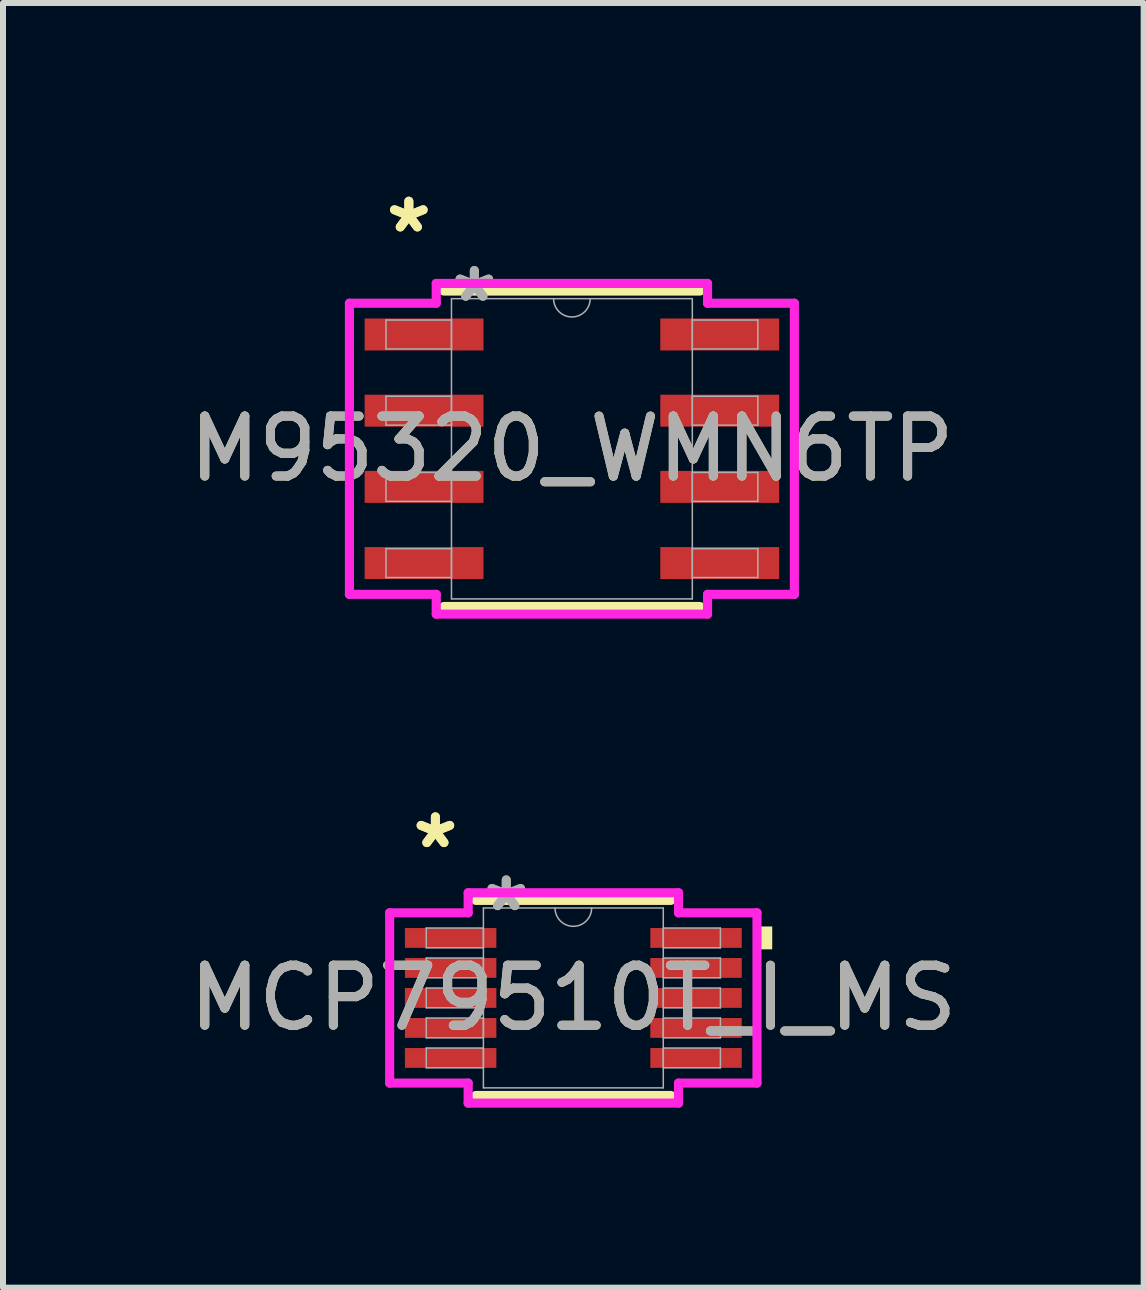
<source format=kicad_pcb>
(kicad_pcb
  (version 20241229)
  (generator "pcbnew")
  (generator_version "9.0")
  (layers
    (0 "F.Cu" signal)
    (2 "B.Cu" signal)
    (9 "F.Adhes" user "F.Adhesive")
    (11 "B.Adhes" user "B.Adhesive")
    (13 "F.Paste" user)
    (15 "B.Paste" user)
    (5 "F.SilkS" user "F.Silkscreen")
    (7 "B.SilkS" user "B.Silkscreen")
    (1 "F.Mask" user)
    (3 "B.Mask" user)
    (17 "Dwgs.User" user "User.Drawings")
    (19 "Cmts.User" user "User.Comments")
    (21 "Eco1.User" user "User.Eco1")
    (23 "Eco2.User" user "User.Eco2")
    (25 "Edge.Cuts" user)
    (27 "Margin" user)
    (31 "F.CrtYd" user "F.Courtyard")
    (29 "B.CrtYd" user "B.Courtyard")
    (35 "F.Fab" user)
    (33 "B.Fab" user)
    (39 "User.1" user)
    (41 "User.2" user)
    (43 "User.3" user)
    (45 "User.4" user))
  (footprint "MCP79510T_I_MS"
    (layer "F.Cu")
    (at 6.506 13.583)
    (property "Reference" "MCP79510T_I_MS" (at 0 0 0) (unlocked yes) (layer "F.SilkS") (effects (font (size 1 1) (thickness 0.15))))
    (attr smd)
    (fp_line (start -1.626 1.626) (end 1.626 1.626) (stroke (width 0.152) (type solid)) (layer "F.SilkS"))
    (fp_line (start 1.626 -1.626) (end -1.626 -1.626) (stroke (width 0.152) (type solid)) (layer "F.SilkS"))
    (fp_poly (pts (xy 3.315 -1.191) (xy 3.315 -0.81) (xy 3.061 -0.81) (xy 3.061 -1.191)) (stroke (width 0) (type solid)) (fill yes) (layer "F.SilkS"))
    (fp_line (start -3.061 -1.419) (end -1.753 -1.419) (stroke (width 0.152) (type solid)) (layer "F.CrtYd"))
    (fp_line (start -3.061 1.419) (end -3.061 -1.419) (stroke (width 0.152) (type solid)) (layer "F.CrtYd"))
    (fp_line (start -3.061 1.419) (end -1.753 1.419) (stroke (width 0.152) (type solid)) (layer "F.CrtYd"))
    (fp_line (start -1.753 -1.753) (end 1.753 -1.753) (stroke (width 0.152) (type solid)) (layer "F.CrtYd"))
    (fp_line (start -1.753 -1.419) (end -1.753 -1.753) (stroke (width 0.152) (type solid)) (layer "F.CrtYd"))
    (fp_line (start -1.753 1.753) (end -1.753 1.419) (stroke (width 0.152) (type solid)) (layer "F.CrtYd"))
    (fp_line (start 1.753 -1.753) (end 1.753 -1.419) (stroke (width 0.152) (type solid)) (layer "F.CrtYd"))
    (fp_line (start 1.753 1.419) (end 1.753 1.753) (stroke (width 0.152) (type solid)) (layer "F.CrtYd"))
    (fp_line (start 1.753 1.753) (end -1.753 1.753) (stroke (width 0.152) (type solid)) (layer "F.CrtYd"))
    (fp_line (start 3.061 -1.419) (end 1.753 -1.419) (stroke (width 0.152) (type solid)) (layer "F.CrtYd"))
    (fp_line (start 3.061 -1.419) (end 3.061 1.419) (stroke (width 0.152) (type solid)) (layer "F.CrtYd"))
    (fp_line (start 3.061 1.419) (end 1.753 1.419) (stroke (width 0.152) (type solid)) (layer "F.CrtYd"))
    (fp_line (start -2.451 -1.165) (end -2.451 -0.835) (stroke (width 0.025) (type solid)) (layer "F.Fab"))
    (fp_line (start -2.451 -0.835) (end -1.499 -0.835) (stroke (width 0.025) (type solid)) (layer "F.Fab"))
    (fp_line (start -2.451 -0.665) (end -2.451 -0.335) (stroke (width 0.025) (type solid)) (layer "F.Fab"))
    (fp_line (start -2.451 -0.335) (end -1.499 -0.335) (stroke (width 0.025) (type solid)) (layer "F.Fab"))
    (fp_line (start -2.451 -0.165) (end -2.451 0.165) (stroke (width 0.025) (type solid)) (layer "F.Fab"))
    (fp_line (start -2.451 0.165) (end -1.499 0.165) (stroke (width 0.025) (type solid)) (layer "F.Fab"))
    (fp_line (start -2.451 0.335) (end -2.451 0.665) (stroke (width 0.025) (type solid)) (layer "F.Fab"))
    (fp_line (start -2.451 0.665) (end -1.499 0.665) (stroke (width 0.025) (type solid)) (layer "F.Fab"))
    (fp_line (start -2.451 0.835) (end -2.451 1.165) (stroke (width 0.025) (type solid)) (layer "F.Fab"))
    (fp_line (start -2.451 1.165) (end -1.499 1.165) (stroke (width 0.025) (type solid)) (layer "F.Fab"))
    (fp_line (start -1.499 -1.499) (end -1.499 1.499) (stroke (width 0.025) (type solid)) (layer "F.Fab"))
    (fp_line (start -1.499 -1.165) (end -2.451 -1.165) (stroke (width 0.025) (type solid)) (layer "F.Fab"))
    (fp_line (start -1.499 -0.835) (end -1.499 -1.165) (stroke (width 0.025) (type solid)) (layer "F.Fab"))
    (fp_line (start -1.499 -0.665) (end -2.451 -0.665) (stroke (width 0.025) (type solid)) (layer "F.Fab"))
    (fp_line (start -1.499 -0.335) (end -1.499 -0.665) (stroke (width 0.025) (type solid)) (layer "F.Fab"))
    (fp_line (start -1.499 -0.165) (end -2.451 -0.165) (stroke (width 0.025) (type solid)) (layer "F.Fab"))
    (fp_line (start -1.499 0.165) (end -1.499 -0.165) (stroke (width 0.025) (type solid)) (layer "F.Fab"))
    (fp_line (start -1.499 0.335) (end -2.451 0.335) (stroke (width 0.025) (type solid)) (layer "F.Fab"))
    (fp_line (start -1.499 0.665) (end -1.499 0.335) (stroke (width 0.025) (type solid)) (layer "F.Fab"))
    (fp_line (start -1.499 0.835) (end -2.451 0.835) (stroke (width 0.025) (type solid)) (layer "F.Fab"))
    (fp_line (start -1.499 1.165) (end -1.499 0.835) (stroke (width 0.025) (type solid)) (layer "F.Fab"))
    (fp_line (start -1.499 1.499) (end 1.499 1.499) (stroke (width 0.025) (type solid)) (layer "F.Fab"))
    (fp_line (start 1.499 -1.499) (end -1.499 -1.499) (stroke (width 0.025) (type solid)) (layer "F.Fab"))
    (fp_line (start 1.499 -1.165) (end 1.499 -0.835) (stroke (width 0.025) (type solid)) (layer "F.Fab"))
    (fp_line (start 1.499 -0.835) (end 2.451 -0.835) (stroke (width 0.025) (type solid)) (layer "F.Fab"))
    (fp_line (start 1.499 -0.665) (end 1.499 -0.335) (stroke (width 0.025) (type solid)) (layer "F.Fab"))
    (fp_line (start 1.499 -0.335) (end 2.451 -0.335) (stroke (width 0.025) (type solid)) (layer "F.Fab"))
    (fp_line (start 1.499 -0.165) (end 1.499 0.165) (stroke (width 0.025) (type solid)) (layer "F.Fab"))
    (fp_line (start 1.499 0.165) (end 2.451 0.165) (stroke (width 0.025) (type solid)) (layer "F.Fab"))
    (fp_line (start 1.499 0.335) (end 1.499 0.665) (stroke (width 0.025) (type solid)) (layer "F.Fab"))
    (fp_line (start 1.499 0.665) (end 2.451 0.665) (stroke (width 0.025) (type solid)) (layer "F.Fab"))
    (fp_line (start 1.499 0.835) (end 1.499 1.165) (stroke (width 0.025) (type solid)) (layer "F.Fab"))
    (fp_line (start 1.499 1.165) (end 2.451 1.165) (stroke (width 0.025) (type solid)) (layer "F.Fab"))
    (fp_line (start 1.499 1.499) (end 1.499 -1.499) (stroke (width 0.025) (type solid)) (layer "F.Fab"))
    (fp_line (start 2.451 -1.165) (end 1.499 -1.165) (stroke (width 0.025) (type solid)) (layer "F.Fab"))
    (fp_line (start 2.451 -0.835) (end 2.451 -1.165) (stroke (width 0.025) (type solid)) (layer "F.Fab"))
    (fp_line (start 2.451 -0.665) (end 1.499 -0.665) (stroke (width 0.025) (type solid)) (layer "F.Fab"))
    (fp_line (start 2.451 -0.335) (end 2.451 -0.665) (stroke (width 0.025) (type solid)) (layer "F.Fab"))
    (fp_line (start 2.451 -0.165) (end 1.499 -0.165) (stroke (width 0.025) (type solid)) (layer "F.Fab"))
    (fp_line (start 2.451 0.165) (end 2.451 -0.165) (stroke (width 0.025) (type solid)) (layer "F.Fab"))
    (fp_line (start 2.451 0.335) (end 1.499 0.335) (stroke (width 0.025) (type solid)) (layer "F.Fab"))
    (fp_line (start 2.451 0.665) (end 2.451 0.335) (stroke (width 0.025) (type solid)) (layer "F.Fab"))
    (fp_line (start 2.451 0.835) (end 1.499 0.835) (stroke (width 0.025) (type solid)) (layer "F.Fab"))
    (fp_line (start 2.451 1.165) (end 2.451 0.835) (stroke (width 0.025) (type solid)) (layer "F.Fab"))
    (fp_arc (start 0.3048 -1.4986) (mid 0 -1.1938) (end -0.3048 -1.4986) (stroke (width 0.0254) (type solid)) (layer "F.Fab"))
    (fp_text user "*" (at -2.299 -2.473 0) (unlocked yes) (layer "F.SilkS") (effects (font (size 1 1) (thickness 0.15))))
    (fp_text user "*" (at -2.299 -2.473 0) (layer "F.SilkS") (effects (font (size 1 1) (thickness 0.15))))
    (fp_text user "${REFERENCE}" (at 0 0 0) (unlocked yes) (layer "F.Fab") (effects (font (size 1 1) (thickness 0.15))))
    (fp_text user "*" (at -1.118 -1.422 0) (layer "F.Fab") (effects (font (size 1 1) (thickness 0.15))))
    (fp_text user "*" (at -1.118 -1.422 0) (unlocked yes) (layer "F.Fab") (effects (font (size 1 1) (thickness 0.15))))
    (pad "1" smd rect (at -2.045 -1) (size 1.524 0.33) (layers "F.Cu" "F.Mask" "F.Paste"))
    (pad "2" smd rect (at -2.045 -0.5) (size 1.524 0.33) (layers "F.Cu" "F.Mask" "F.Paste"))
    (pad "3" smd rect (at -2.045 0) (size 1.524 0.33) (layers "F.Cu" "F.Mask" "F.Paste"))
    (pad "4" smd rect (at -2.045 0.5) (size 1.524 0.33) (layers "F.Cu" "F.Mask" "F.Paste"))
    (pad "5" smd rect (at -2.045 1) (size 1.524 0.33) (layers "F.Cu" "F.Mask" "F.Paste"))
    (pad "6" smd rect (at 2.045 1) (size 1.524 0.33) (layers "F.Cu" "F.Mask" "F.Paste"))
    (pad "7" smd rect (at 2.045 0.5) (size 1.524 0.33) (layers "F.Cu" "F.Mask" "F.Paste"))
    (pad "8" smd rect (at 2.045 0) (size 1.524 0.33) (layers "F.Cu" "F.Mask" "F.Paste"))
    (pad "9" smd rect (at 2.045 -0.5) (size 1.524 0.33) (layers "F.Cu" "F.Mask" "F.Paste"))
    (pad "10" smd rect (at 2.045 -1) (size 1.524 0.33) (layers "F.Cu" "F.Mask" "F.Paste")))
  (footprint "M95320_WMN6TP"
    (layer "F.Cu")
    (at 6.482 4.43)
    (property "Reference" "M95320_WMN6TP" (at 0 0 0) (unlocked yes) (layer "F.SilkS") (effects (font (size 1 1) (thickness 0.15))))
    (attr smd)
    (fp_line (start -2.134 2.629) (end 2.134 2.629) (stroke (width 0.152) (type solid)) (layer "F.SilkS"))
    (fp_line (start 2.134 -2.629) (end -2.134 -2.629) (stroke (width 0.152) (type solid)) (layer "F.SilkS"))
    (fp_line (start -3.708 -2.426) (end -2.261 -2.426) (stroke (width 0.152) (type solid)) (layer "F.CrtYd"))
    (fp_line (start -3.708 2.426) (end -3.708 -2.426) (stroke (width 0.152) (type solid)) (layer "F.CrtYd"))
    (fp_line (start -3.708 2.426) (end -2.261 2.426) (stroke (width 0.152) (type solid)) (layer "F.CrtYd"))
    (fp_line (start -2.261 -2.756) (end 2.261 -2.756) (stroke (width 0.152) (type solid)) (layer "F.CrtYd"))
    (fp_line (start -2.261 -2.426) (end -2.261 -2.756) (stroke (width 0.152) (type solid)) (layer "F.CrtYd"))
    (fp_line (start -2.261 2.756) (end -2.261 2.426) (stroke (width 0.152) (type solid)) (layer "F.CrtYd"))
    (fp_line (start 2.261 -2.756) (end 2.261 -2.426) (stroke (width 0.152) (type solid)) (layer "F.CrtYd"))
    (fp_line (start 2.261 2.426) (end 2.261 2.756) (stroke (width 0.152) (type solid)) (layer "F.CrtYd"))
    (fp_line (start 2.261 2.756) (end -2.261 2.756) (stroke (width 0.152) (type solid)) (layer "F.CrtYd"))
    (fp_line (start 3.708 -2.426) (end 2.261 -2.426) (stroke (width 0.152) (type solid)) (layer "F.CrtYd"))
    (fp_line (start 3.708 -2.426) (end 3.708 2.426) (stroke (width 0.152) (type solid)) (layer "F.CrtYd"))
    (fp_line (start 3.708 2.426) (end 2.261 2.426) (stroke (width 0.152) (type solid)) (layer "F.CrtYd"))
    (fp_line (start -3.099 -2.146) (end -3.099 -1.664) (stroke (width 0.025) (type solid)) (layer "F.Fab"))
    (fp_line (start -3.099 -1.664) (end -2.007 -1.664) (stroke (width 0.025) (type solid)) (layer "F.Fab"))
    (fp_line (start -3.099 -0.876) (end -3.099 -0.394) (stroke (width 0.025) (type solid)) (layer "F.Fab"))
    (fp_line (start -3.099 -0.394) (end -2.007 -0.394) (stroke (width 0.025) (type solid)) (layer "F.Fab"))
    (fp_line (start -3.099 0.394) (end -3.099 0.876) (stroke (width 0.025) (type solid)) (layer "F.Fab"))
    (fp_line (start -3.099 0.876) (end -2.007 0.876) (stroke (width 0.025) (type solid)) (layer "F.Fab"))
    (fp_line (start -3.099 1.664) (end -3.099 2.146) (stroke (width 0.025) (type solid)) (layer "F.Fab"))
    (fp_line (start -3.099 2.146) (end -2.007 2.146) (stroke (width 0.025) (type solid)) (layer "F.Fab"))
    (fp_line (start -2.007 -2.502) (end -2.007 2.502) (stroke (width 0.025) (type solid)) (layer "F.Fab"))
    (fp_line (start -2.007 -2.146) (end -3.099 -2.146) (stroke (width 0.025) (type solid)) (layer "F.Fab"))
    (fp_line (start -2.007 -1.664) (end -2.007 -2.146) (stroke (width 0.025) (type solid)) (layer "F.Fab"))
    (fp_line (start -2.007 -0.876) (end -3.099 -0.876) (stroke (width 0.025) (type solid)) (layer "F.Fab"))
    (fp_line (start -2.007 -0.394) (end -2.007 -0.876) (stroke (width 0.025) (type solid)) (layer "F.Fab"))
    (fp_line (start -2.007 0.394) (end -3.099 0.394) (stroke (width 0.025) (type solid)) (layer "F.Fab"))
    (fp_line (start -2.007 0.876) (end -2.007 0.394) (stroke (width 0.025) (type solid)) (layer "F.Fab"))
    (fp_line (start -2.007 1.664) (end -3.099 1.664) (stroke (width 0.025) (type solid)) (layer "F.Fab"))
    (fp_line (start -2.007 2.146) (end -2.007 1.664) (stroke (width 0.025) (type solid)) (layer "F.Fab"))
    (fp_line (start -2.007 2.502) (end 2.007 2.502) (stroke (width 0.025) (type solid)) (layer "F.Fab"))
    (fp_line (start 2.007 -2.502) (end -2.007 -2.502) (stroke (width 0.025) (type solid)) (layer "F.Fab"))
    (fp_line (start 2.007 -2.146) (end 2.007 -1.664) (stroke (width 0.025) (type solid)) (layer "F.Fab"))
    (fp_line (start 2.007 -1.664) (end 3.099 -1.664) (stroke (width 0.025) (type solid)) (layer "F.Fab"))
    (fp_line (start 2.007 -0.876) (end 2.007 -0.394) (stroke (width 0.025) (type solid)) (layer "F.Fab"))
    (fp_line (start 2.007 -0.394) (end 3.099 -0.394) (stroke (width 0.025) (type solid)) (layer "F.Fab"))
    (fp_line (start 2.007 0.394) (end 2.007 0.876) (stroke (width 0.025) (type solid)) (layer "F.Fab"))
    (fp_line (start 2.007 0.876) (end 3.099 0.876) (stroke (width 0.025) (type solid)) (layer "F.Fab"))
    (fp_line (start 2.007 1.664) (end 2.007 2.146) (stroke (width 0.025) (type solid)) (layer "F.Fab"))
    (fp_line (start 2.007 2.146) (end 3.099 2.146) (stroke (width 0.025) (type solid)) (layer "F.Fab"))
    (fp_line (start 2.007 2.502) (end 2.007 -2.502) (stroke (width 0.025) (type solid)) (layer "F.Fab"))
    (fp_line (start 3.099 -2.146) (end 2.007 -2.146) (stroke (width 0.025) (type solid)) (layer "F.Fab"))
    (fp_line (start 3.099 -1.664) (end 3.099 -2.146) (stroke (width 0.025) (type solid)) (layer "F.Fab"))
    (fp_line (start 3.099 -0.876) (end 2.007 -0.876) (stroke (width 0.025) (type solid)) (layer "F.Fab"))
    (fp_line (start 3.099 -0.394) (end 3.099 -0.876) (stroke (width 0.025) (type solid)) (layer "F.Fab"))
    (fp_line (start 3.099 0.394) (end 2.007 0.394) (stroke (width 0.025) (type solid)) (layer "F.Fab"))
    (fp_line (start 3.099 0.876) (end 3.099 0.394) (stroke (width 0.025) (type solid)) (layer "F.Fab"))
    (fp_line (start 3.099 1.664) (end 2.007 1.664) (stroke (width 0.025) (type solid)) (layer "F.Fab"))
    (fp_line (start 3.099 2.146) (end 3.099 1.664) (stroke (width 0.025) (type solid)) (layer "F.Fab"))
    (fp_arc (start 0.3048 -2.5019) (mid 0 -2.1971) (end -0.3048 -2.5019) (stroke (width 0.0254) (type solid)) (layer "F.Fab"))
    (fp_text user "*" (at -2.718 -3.581 0) (unlocked yes) (layer "F.SilkS") (effects (font (size 1 1) (thickness 0.15))))
    (fp_text user "*" (at -2.718 -3.581 0) (layer "F.SilkS") (effects (font (size 1 1) (thickness 0.15))))
    (fp_text user "${REFERENCE}" (at 0 0 0) (unlocked yes) (layer "F.Fab") (effects (font (size 1 1) (thickness 0.15))))
    (fp_text user "*" (at -1.626 -2.426 0) (layer "F.Fab") (effects (font (size 1 1) (thickness 0.15))))
    (fp_text user "*" (at -1.626 -2.426 0) (unlocked yes) (layer "F.Fab") (effects (font (size 1 1) (thickness 0.15))))
    (pad "1" smd rect (at -2.464 -1.905) (size 1.981 0.533) (layers "F.Cu" "F.Mask" "F.Paste"))
    (pad "2" smd rect (at -2.464 -0.635) (size 1.981 0.533) (layers "F.Cu" "F.Mask" "F.Paste"))
    (pad "3" smd rect (at -2.464 0.635) (size 1.981 0.533) (layers "F.Cu" "F.Mask" "F.Paste"))
    (pad "4" smd rect (at -2.464 1.905) (size 1.981 0.533) (layers "F.Cu" "F.Mask" "F.Paste"))
    (pad "5" smd rect (at 2.464 1.905) (size 1.981 0.533) (layers "F.Cu" "F.Mask" "F.Paste"))
    (pad "6" smd rect (at 2.464 0.635) (size 1.981 0.533) (layers "F.Cu" "F.Mask" "F.Paste"))
    (pad "7" smd rect (at 2.464 -0.635) (size 1.981 0.533) (layers "F.Cu" "F.Mask" "F.Paste"))
    (pad "8" smd rect (at 2.464 -1.905) (size 1.981 0.533) (layers "F.Cu" "F.Mask" "F.Paste")))
  (gr_rect
    (start -3 -3)
    (end 16.012 18.412)
    (stroke (width 0.1) (type default))
    (fill no)
    (layer "Edge.Cuts")))
</source>
